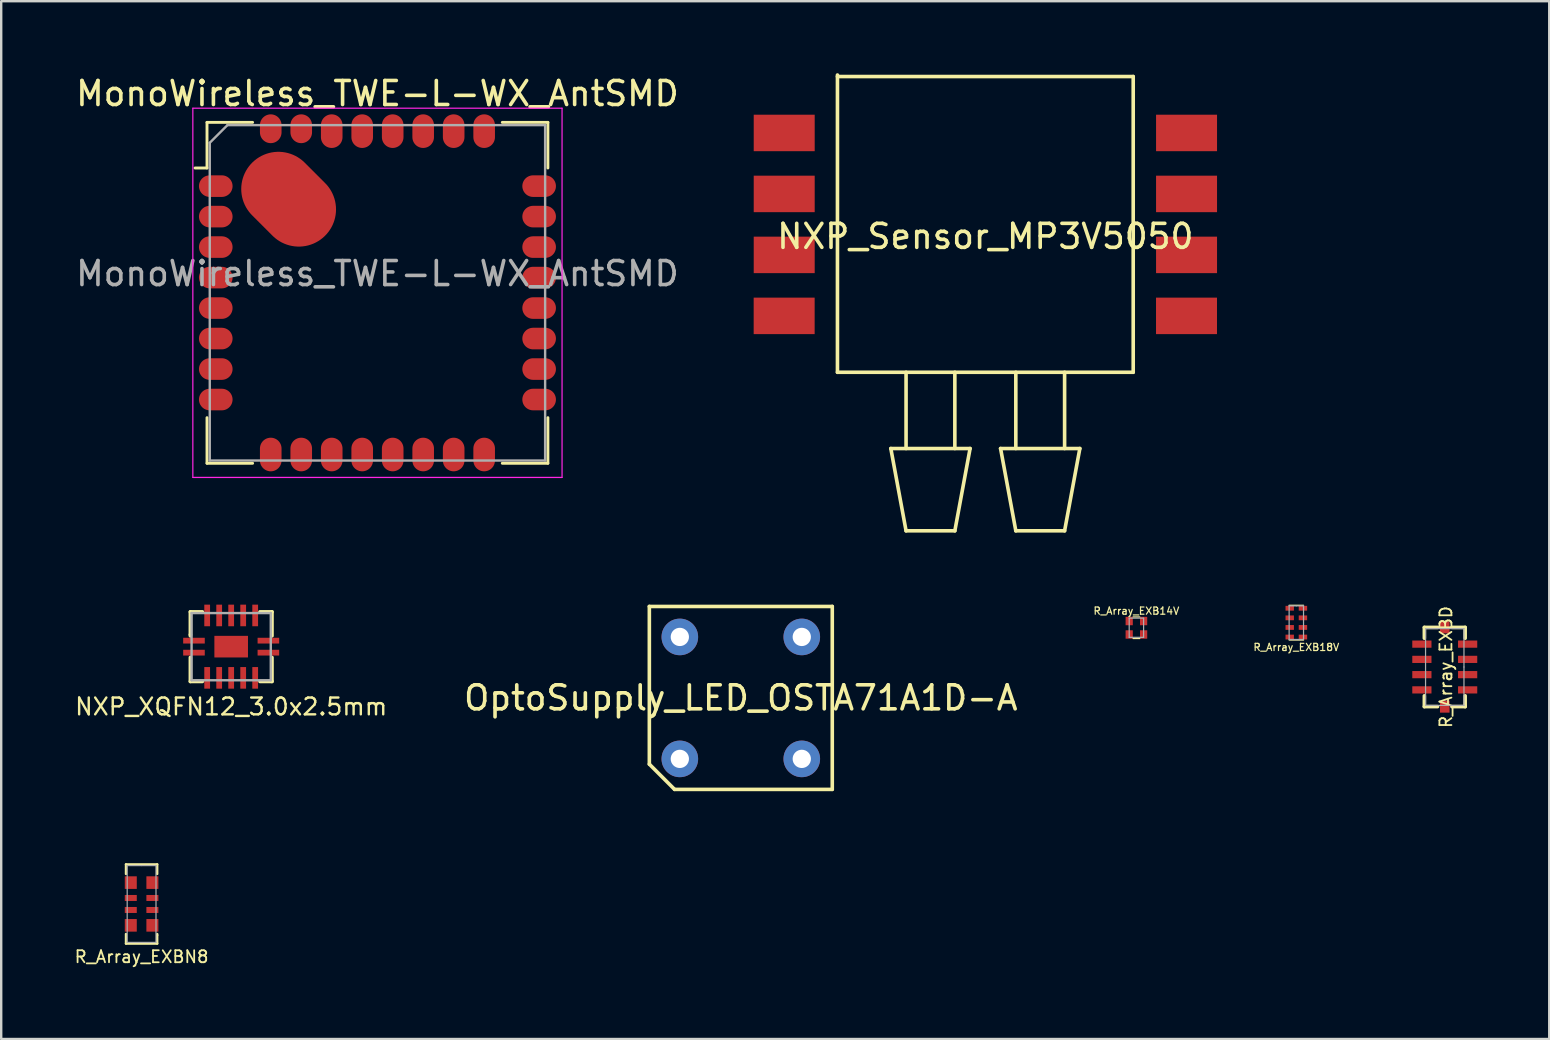
<source format=kicad_pcb>
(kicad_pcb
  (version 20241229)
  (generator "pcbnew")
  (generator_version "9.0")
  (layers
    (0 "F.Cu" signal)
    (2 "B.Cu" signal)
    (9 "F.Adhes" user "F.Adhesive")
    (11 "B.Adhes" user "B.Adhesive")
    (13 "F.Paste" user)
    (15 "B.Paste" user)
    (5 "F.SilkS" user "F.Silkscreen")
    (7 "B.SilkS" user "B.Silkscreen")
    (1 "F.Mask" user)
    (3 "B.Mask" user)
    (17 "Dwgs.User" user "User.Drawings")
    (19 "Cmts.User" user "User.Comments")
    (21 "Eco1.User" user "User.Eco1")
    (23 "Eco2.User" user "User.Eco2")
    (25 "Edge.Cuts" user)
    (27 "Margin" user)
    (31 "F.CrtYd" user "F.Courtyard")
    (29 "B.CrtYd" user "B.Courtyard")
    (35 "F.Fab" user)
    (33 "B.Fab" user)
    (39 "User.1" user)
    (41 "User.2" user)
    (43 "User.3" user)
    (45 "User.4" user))
  (footprint "R_Array_EXBD"
    (layer "F.Cu")
    (at 57.133 24.735)
    (property "Reference" "R_Array_EXBD" (at 0.05 0 90) (layer "F.SilkS") (effects (font (size 0.5 0.5) (thickness 0.075))))
    (attr smd)
    (fp_line (start -0.85 -1.65) (end -0.85 -1.2) (stroke (width 0.15) (type solid)) (layer "F.SilkS"))
    (fp_line (start -0.85 1.2) (end -0.85 1.65) (stroke (width 0.15) (type solid)) (layer "F.SilkS"))
    (fp_line (start -0.85 1.65) (end -0.3 1.65) (stroke (width 0.15) (type solid)) (layer "F.SilkS"))
    (fp_line (start -0.3 -1.65) (end -0.85 -1.65) (stroke (width 0.15) (type solid)) (layer "F.SilkS"))
    (fp_line (start 0.3 -1.65) (end 0.85 -1.65) (stroke (width 0.15) (type solid)) (layer "F.SilkS"))
    (fp_line (start 0.3 1.65) (end 0.85 1.65) (stroke (width 0.15) (type solid)) (layer "F.SilkS"))
    (fp_line (start 0.85 -1.65) (end 0.85 -1.2) (stroke (width 0.15) (type solid)) (layer "F.SilkS"))
    (fp_line (start 0.85 1.65) (end 0.85 1.2) (stroke (width 0.15) (type solid)) (layer "F.SilkS"))
    (fp_line (start -0.8 -1.6) (end -0.8 1.6) (stroke (width 0.05) (type solid)) (layer "F.Fab"))
    (fp_line (start -0.8 1.6) (end 0.8 1.6) (stroke (width 0.05) (type solid)) (layer "F.Fab"))
    (fp_line (start 0.8 -1.6) (end -0.8 -1.6) (stroke (width 0.05) (type solid)) (layer "F.Fab"))
    (fp_line (start 0.8 0) (end 0.8 -1.6) (stroke (width 0.05) (type solid)) (layer "F.Fab"))
    (fp_line (start 0.8 1.6) (end 0.8 0) (stroke (width 0.05) (type solid)) (layer "F.Fab"))
    (pad "1" smd rect (at 0 -1.651) (size 0.4 0.5) (layers "F.Cu" "F.Mask" "F.Paste"))
    (pad "1" smd rect (at 0 1.651) (size 0.4 0.5) (layers "F.Cu" "F.Mask" "F.Paste"))
    (pad "2" smd rect (at -0.953 -0.953) (size 0.8 0.3) (layers "F.Cu" "F.Mask" "F.Paste"))
    (pad "3" smd rect (at -0.953 -0.318) (size 0.8 0.3) (layers "F.Cu" "F.Mask" "F.Paste"))
    (pad "4" smd rect (at -0.953 0.318) (size 0.8 0.3) (layers "F.Cu" "F.Mask" "F.Paste"))
    (pad "5" smd rect (at -0.953 0.953) (size 0.8 0.3) (layers "F.Cu" "F.Mask" "F.Paste"))
    (pad "6" smd rect (at 0.953 0.953) (size 0.8 0.3) (layers "F.Cu" "F.Mask" "F.Paste"))
    (pad "7" smd rect (at 0.953 0.318) (size 0.8 0.3) (layers "F.Cu" "F.Mask" "F.Paste"))
    (pad "8" smd rect (at 0.953 -0.318) (size 0.8 0.3) (layers "F.Cu" "F.Mask" "F.Paste"))
    (pad "9" smd rect (at 0.953 -0.953) (size 0.8 0.3) (layers "F.Cu" "F.Mask" "F.Paste")))
  (footprint "R_Array_EXBN8"
    (layer "F.Cu")
    (at 2.848 34.606)
    (property "Reference" "R_Array_EXBN8" (at 0 2.2 0) (layer "F.SilkS") (effects (font (size 0.5 0.5) (thickness 0.075))))
    (attr through_hole)
    (fp_line (start -0.65 -1.65) (end -0.65 -1.25) (stroke (width 0.1) (type solid)) (layer "F.SilkS"))
    (fp_line (start -0.65 1.65) (end -0.65 1.25) (stroke (width 0.1) (type solid)) (layer "F.SilkS"))
    (fp_line (start -0.65 1.65) (end 0.65 1.65) (stroke (width 0.1) (type solid)) (layer "F.SilkS"))
    (fp_line (start 0.65 -1.65) (end -0.65 -1.65) (stroke (width 0.1) (type solid)) (layer "F.SilkS"))
    (fp_line (start 0.65 -1.65) (end 0.65 -1.25) (stroke (width 0.1) (type solid)) (layer "F.SilkS"))
    (fp_line (start 0.65 1.3) (end 0.65 1.25) (stroke (width 0.1) (type solid)) (layer "F.SilkS"))
    (fp_line (start 0.65 1.65) (end 0.65 1.3) (stroke (width 0.1) (type solid)) (layer "F.SilkS"))
    (fp_line (start -0.6 -1.6) (end -0.6 1.6) (stroke (width 0.05) (type solid)) (layer "F.Fab"))
    (fp_line (start -0.6 1.6) (end 0.6 1.6) (stroke (width 0.05) (type solid)) (layer "F.Fab"))
    (fp_line (start 0 -1.6) (end -0.6 -1.6) (stroke (width 0.05) (type solid)) (layer "F.Fab"))
    (fp_line (start 0.6 -1.6) (end 0 -1.6) (stroke (width 0.05) (type solid)) (layer "F.Fab"))
    (fp_line (start 0.6 1.6) (end 0.6 -1.6) (stroke (width 0.05) (type solid)) (layer "F.Fab"))
    (pad "1" smd rect (at -0.45 -0.89) (size 0.5 0.525) (layers "F.Cu" "F.Mask" "F.Paste"))
    (pad "2" smd rect (at -0.45 -0.25) (size 0.5 0.25) (layers "F.Cu" "F.Mask" "F.Paste"))
    (pad "3" smd rect (at -0.45 0.25) (size 0.5 0.25) (layers "F.Cu" "F.Mask" "F.Paste"))
    (pad "4" smd rect (at -0.45 0.89) (size 0.5 0.525) (layers "F.Cu" "F.Mask" "F.Paste"))
    (pad "5" smd rect (at 0.45 0.89) (size 0.5 0.525) (layers "F.Cu" "F.Mask" "F.Paste"))
    (pad "6" smd rect (at 0.45 0.25) (size 0.5 0.25) (layers "F.Cu" "F.Mask" "F.Paste"))
    (pad "7" smd rect (at 0.45 -0.25) (size 0.5 0.25) (layers "F.Cu" "F.Mask" "F.Paste"))
    (pad "8" smd rect (at 0.45 -0.89) (size 0.5 0.525) (layers "F.Cu" "F.Mask" "F.Paste")))
  (footprint "R_Array_EXB18V"
    (layer "F.Cu")
    (at 50.95 22.887)
    (property "Reference" "R_Array_EXB18V" (at 0 1.025 0) (layer "F.SilkS") (effects (font (size 0.3 0.3) (thickness 0.05))))
    (attr smd)
    (fp_line (start -0.3 -0.725) (end 0.3 -0.725) (stroke (width 0.05) (type solid)) (layer "F.SilkS"))
    (fp_line (start -0.3 0.725) (end 0.3 0.725) (stroke (width 0.05) (type solid)) (layer "F.SilkS"))
    (fp_line (start -0.3 -0.7) (end -0.3 0.7) (stroke (width 0.05) (type solid)) (layer "F.Fab"))
    (fp_line (start -0.3 0.7) (end 0.3 0.7) (stroke (width 0.05) (type solid)) (layer "F.Fab"))
    (fp_line (start 0 -0.7) (end -0.3 -0.7) (stroke (width 0.05) (type solid)) (layer "F.Fab"))
    (fp_line (start 0.3 -0.7) (end 0 -0.7) (stroke (width 0.05) (type solid)) (layer "F.Fab"))
    (fp_line (start 0.3 0.7) (end 0.3 -0.7) (stroke (width 0.05) (type solid)) (layer "F.Fab"))
    (pad "1" smd rect (at -0.275 -0.6) (size 0.35 0.2) (layers "F.Cu" "F.Mask" "F.Paste"))
    (pad "2" smd rect (at -0.275 -0.2) (size 0.35 0.2) (layers "F.Cu" "F.Mask" "F.Paste"))
    (pad "3" smd rect (at -0.275 0.2) (size 0.35 0.2) (layers "F.Cu" "F.Mask" "F.Paste"))
    (pad "4" smd rect (at -0.275 0.6) (size 0.35 0.2) (layers "F.Cu" "F.Mask" "F.Paste"))
    (pad "5" smd rect (at 0.275 0.6) (size 0.35 0.2) (layers "F.Cu" "F.Mask" "F.Paste"))
    (pad "6" smd rect (at 0.275 0.2) (size 0.35 0.2) (layers "F.Cu" "F.Mask" "F.Paste"))
    (pad "7" smd rect (at 0.275 -0.2) (size 0.35 0.2) (layers "F.Cu" "F.Mask" "F.Paste"))
    (pad "8" smd rect (at 0.275 -0.6) (size 0.35 0.2) (layers "F.Cu" "F.Mask" "F.Paste")))
  (footprint "MonoWireless_TWE-L-WX_AntSMD"
    (layer "F.Cu")
    (at 12.673 9.148)
    (property "Reference" "MonoWireless_TWE-L-WX_AntSMD" (at 0 -8.3 0) (layer "F.SilkS") (effects (font (size 1 1) (thickness 0.15))))
    (attr smd)
    (fp_line (start -7.1 -7.1) (end -7.1 -5.2) (stroke (width 0.12) (type solid)) (layer "F.SilkS"))
    (fp_line (start -7.1 -5.2) (end -7.6 -5.2) (stroke (width 0.12) (type solid)) (layer "F.SilkS"))
    (fp_line (start -7.1 5.2) (end -7.1 7.1) (stroke (width 0.12) (type solid)) (layer "F.SilkS"))
    (fp_line (start -7.1 7.1) (end -5.2 7.1) (stroke (width 0.12) (type solid)) (layer "F.SilkS"))
    (fp_line (start -5.2 -7.1) (end -7.1 -7.1) (stroke (width 0.12) (type solid)) (layer "F.SilkS"))
    (fp_line (start 5.2 -7.1) (end 7.1 -7.1) (stroke (width 0.12) (type solid)) (layer "F.SilkS"))
    (fp_line (start 5.2 7.1) (end 7.1 7.1) (stroke (width 0.12) (type solid)) (layer "F.SilkS"))
    (fp_line (start 7.1 -7.1) (end 7.1 -5.2) (stroke (width 0.12) (type solid)) (layer "F.SilkS"))
    (fp_line (start 7.1 7.1) (end 7.1 5.2) (stroke (width 0.12) (type solid)) (layer "F.SilkS"))
    (fp_line (start -7.69 -7.69) (end -7.69 7.69) (stroke (width 0.05) (type solid)) (layer "F.CrtYd"))
    (fp_line (start -7.69 7.69) (end 7.69 7.69) (stroke (width 0.05) (type solid)) (layer "F.CrtYd"))
    (fp_line (start 7.69 -7.69) (end -7.69 -7.69) (stroke (width 0.05) (type solid)) (layer "F.CrtYd"))
    (fp_line (start 7.69 7.69) (end 7.69 -7.69) (stroke (width 0.05) (type solid)) (layer "F.CrtYd"))
    (fp_line (start -6.985 -6.25) (end -6.985 6.985) (stroke (width 0.1) (type solid)) (layer "F.Fab"))
    (fp_line (start -6.985 6.985) (end 6.985 6.985) (stroke (width 0.1) (type solid)) (layer "F.Fab"))
    (fp_line (start -6.25 -6.985) (end -6.985 -6.25) (stroke (width 0.1) (type solid)) (layer "F.Fab"))
    (fp_line (start 6.985 -6.985) (end -6.25 -6.985) (stroke (width 0.1) (type solid)) (layer "F.Fab"))
    (fp_line (start 6.985 6.985) (end 6.985 -6.985) (stroke (width 0.1) (type solid)) (layer "F.Fab"))
    (fp_text user "${REFERENCE}" (at 0 -0.8 0) (layer "F.Fab") (effects (font (size 1 1) (thickness 0.15))))
    (pad "" smd oval (at -3.7 -3.9 315) (size 4.3 3.1) (layers "F.Cu" "F.Mask" "F.Paste"))
    (pad "1" smd oval (at -6.735 -4.445 90) (size 0.9 1.4) (layers "F.Cu" "F.Mask" "F.Paste"))
    (pad "2" smd oval (at -6.735 -3.175 90) (size 0.9 1.4) (layers "F.Cu" "F.Mask" "F.Paste"))
    (pad "3" smd oval (at -6.735 -1.905 90) (size 0.9 1.4) (layers "F.Cu" "F.Mask" "F.Paste"))
    (pad "4" smd oval (at -6.735 -0.635 90) (size 0.9 1.4) (layers "F.Cu" "F.Mask" "F.Paste"))
    (pad "5" smd oval (at -6.735 0.635 90) (size 0.9 1.4) (layers "F.Cu" "F.Mask" "F.Paste"))
    (pad "6" smd oval (at -6.735 1.905 90) (size 0.9 1.4) (layers "F.Cu" "F.Mask" "F.Paste"))
    (pad "7" smd oval (at -6.735 3.175 90) (size 0.9 1.4) (layers "F.Cu" "F.Mask" "F.Paste"))
    (pad "8" smd oval (at -6.735 4.445 90) (size 0.9 1.4) (layers "F.Cu" "F.Mask" "F.Paste"))
    (pad "9" smd oval (at -4.445 6.735) (size 0.9 1.4) (layers "F.Cu" "F.Mask" "F.Paste"))
    (pad "10" smd oval (at -3.175 6.735) (size 0.9 1.4) (layers "F.Cu" "F.Mask" "F.Paste"))
    (pad "11" smd oval (at -1.905 6.735) (size 0.9 1.4) (layers "F.Cu" "F.Mask" "F.Paste"))
    (pad "12" smd oval (at -0.635 6.735) (size 0.9 1.4) (layers "F.Cu" "F.Mask" "F.Paste"))
    (pad "13" smd oval (at 0.635 6.735) (size 0.9 1.4) (layers "F.Cu" "F.Mask" "F.Paste"))
    (pad "14" smd oval (at 1.905 6.735) (size 0.9 1.4) (layers "F.Cu" "F.Mask" "F.Paste"))
    (pad "15" smd oval (at 3.175 6.735) (size 0.9 1.4) (layers "F.Cu" "F.Mask" "F.Paste"))
    (pad "16" smd oval (at 4.445 6.735) (size 0.9 1.4) (layers "F.Cu" "F.Mask" "F.Paste"))
    (pad "17" smd oval (at 6.735 4.445 90) (size 0.9 1.4) (layers "F.Cu" "F.Mask" "F.Paste"))
    (pad "18" smd oval (at 6.735 3.175 90) (size 0.9 1.4) (layers "F.Cu" "F.Mask" "F.Paste"))
    (pad "19" smd oval (at 6.735 1.905 90) (size 0.9 1.4) (layers "F.Cu" "F.Mask" "F.Paste"))
    (pad "20" smd oval (at 6.735 0.635 90) (size 0.9 1.4) (layers "F.Cu" "F.Mask" "F.Paste"))
    (pad "21" smd oval (at 6.735 -0.635 90) (size 0.9 1.4) (layers "F.Cu" "F.Mask" "F.Paste"))
    (pad "22" smd oval (at 6.735 -1.905 90) (size 0.9 1.4) (layers "F.Cu" "F.Mask" "F.Paste"))
    (pad "23" smd oval (at 6.735 -3.175 90) (size 0.9 1.4) (layers "F.Cu" "F.Mask" "F.Paste"))
    (pad "24" smd oval (at 6.735 -4.445 90) (size 0.9 1.4) (layers "F.Cu" "F.Mask" "F.Paste"))
    (pad "25" smd oval (at 4.445 -6.735) (size 0.9 1.4) (layers "F.Cu" "F.Mask" "F.Paste"))
    (pad "26" smd oval (at 3.175 -6.735) (size 0.9 1.4) (layers "F.Cu" "F.Mask" "F.Paste"))
    (pad "27" smd oval (at 1.905 -6.735) (size 0.9 1.4) (layers "F.Cu" "F.Mask" "F.Paste"))
    (pad "28" smd oval (at 0.635 -6.735) (size 0.9 1.4) (layers "F.Cu" "F.Mask" "F.Paste"))
    (pad "29" smd oval (at -0.635 -6.735) (size 0.9 1.4) (layers "F.Cu" "F.Mask" "F.Paste"))
    (pad "30" smd oval (at -1.905 -6.735) (size 0.9 1.4) (layers "F.Cu" "F.Mask" "F.Paste"))
    (pad "31" smd oval (at -3.175 -6.835) (size 0.9 1.2) (layers "F.Cu" "F.Mask" "F.Paste"))
    (pad "32" smd oval (at -4.445 -6.835) (size 0.9 1.2) (layers "F.Cu" "F.Mask" "F.Paste")))
  (footprint "OptoSupply_LED_OSTA71A1D-A"
    (layer "F.Cu")
    (at 25.269 23.482)
    (property "Reference" "OptoSupply_LED_OSTA71A1D-A" (at 2.54 2.54 0) (layer "F.SilkS") (effects (font (size 1 1) (thickness 0.15))))
    (attr through_hole)
    (fp_line (start -1.27 -1.27) (end 6.35 -1.27) (stroke (width 0.15) (type solid)) (layer "F.SilkS"))
    (fp_line (start -1.27 5.3) (end -1.27 -1.27) (stroke (width 0.15) (type solid)) (layer "F.SilkS"))
    (fp_line (start -0.22 6.35) (end -1.27 5.3) (stroke (width 0.15) (type solid)) (layer "F.SilkS"))
    (fp_line (start -0.22 6.35) (end 6.35 6.35) (stroke (width 0.15) (type solid)) (layer "F.SilkS"))
    (fp_line (start 6.35 -1.27) (end 6.35 6.35) (stroke (width 0.15) (type solid)) (layer "F.SilkS"))
    (pad "1" thru_hole circle (at 0 0) (size 1.524 1.524) (drill 0.762) (layers "*.Cu" "*.Mask"))
    (pad "2" thru_hole circle (at 5.08 0) (size 1.524 1.524) (drill 0.762) (layers "*.Cu" "*.Mask"))
    (pad "3" thru_hole circle (at 5.08 5.08) (size 1.524 1.524) (drill 0.762) (layers "*.Cu" "*.Mask"))
    (pad "4" thru_hole circle (at 0 5.08) (size 1.524 1.524) (drill 0.762) (layers "*.Cu" "*.Mask")))
  (footprint "R_Array_EXB14V"
    (layer "F.Cu")
    (at 44.288 23.1)
    (property "Reference" "R_Array_EXB14V" (at 0 -0.7 0) (layer "F.SilkS") (effects (font (size 0.3 0.3) (thickness 0.05))))
    (attr smd)
    (fp_line (start -0.14 0.45) (end 0.14 0.45) (stroke (width 0.05) (type solid)) (layer "F.SilkS"))
    (fp_line (start 0.14 -0.45) (end -0.14 -0.45) (stroke (width 0.05) (type solid)) (layer "F.SilkS"))
    (fp_line (start -0.3 -0.4) (end 0.3 -0.4) (stroke (width 0.05) (type solid)) (layer "F.Fab"))
    (fp_line (start -0.3 0.4) (end -0.3 -0.4) (stroke (width 0.05) (type solid)) (layer "F.Fab"))
    (fp_line (start 0.3 -0.4) (end 0.3 0.4) (stroke (width 0.05) (type solid)) (layer "F.Fab"))
    (fp_line (start 0.3 0.4) (end -0.3 0.4) (stroke (width 0.05) (type solid)) (layer "F.Fab"))
    (pad "1" smd rect (at -0.3 -0.28) (size 0.3 0.35) (layers "F.Cu" "F.Mask" "F.Paste"))
    (pad "2" smd rect (at -0.3 0.28) (size 0.3 0.35) (layers "F.Cu" "F.Mask" "F.Paste"))
    (pad "3" smd rect (at 0.3 0.28) (size 0.3 0.35) (layers "F.Cu" "F.Mask" "F.Paste"))
    (pad "4" smd rect (at 0.3 -0.28) (size 0.3 0.35) (layers "F.Cu" "F.Mask" "F.Paste")))
  (footprint "NXP_XQFN12_3.0x2.5mm"
    (layer "F.Cu")
    (at 6.58 23.887)
    (property "Reference" "NXP_XQFN12_3.0x2.5mm" (at 0 2.5 0) (layer "F.SilkS") (effects (font (size 0.7 0.7) (thickness 0.1))))
    (attr through_hole)
    (fp_line (start -1.7 -1.45) (end -1.7 -0.5) (stroke (width 0.15) (type solid)) (layer "F.SilkS"))
    (fp_line (start -1.7 -0.5) (end -1.7 -0.45) (stroke (width 0.15) (type solid)) (layer "F.SilkS"))
    (fp_line (start -1.7 0.45) (end -1.7 1.45) (stroke (width 0.15) (type solid)) (layer "F.SilkS"))
    (fp_line (start -1.7 1.45) (end -1.2 1.45) (stroke (width 0.15) (type solid)) (layer "F.SilkS"))
    (fp_line (start -1.2 -1.45) (end -1.7 -1.45) (stroke (width 0.15) (type solid)) (layer "F.SilkS"))
    (fp_line (start 1.2 1.45) (end 1.7 1.45) (stroke (width 0.15) (type solid)) (layer "F.SilkS"))
    (fp_line (start 1.7 -1.45) (end 1.2 -1.45) (stroke (width 0.15) (type solid)) (layer "F.SilkS"))
    (fp_line (start 1.7 -0.45) (end 1.7 -1.45) (stroke (width 0.15) (type solid)) (layer "F.SilkS"))
    (fp_line (start 1.7 1.45) (end 1.7 0.45) (stroke (width 0.15) (type solid)) (layer "F.SilkS"))
    (fp_line (start -1.65 -1.4) (end -1.65 1.4) (stroke (width 0.1) (type solid)) (layer "F.Fab"))
    (fp_line (start -1.65 1.4) (end 1.65 1.4) (stroke (width 0.1) (type solid)) (layer "F.Fab"))
    (fp_line (start 1.65 -1.4) (end -1.65 -1.4) (stroke (width 0.1) (type solid)) (layer "F.Fab"))
    (fp_line (start 1.65 1.4) (end 1.65 -1.4) (stroke (width 0.1) (type solid)) (layer "F.Fab"))
    (pad "1" smd rect (at -1.55 0.25) (size 0.9 0.24) (layers "F.Cu" "F.Mask" "F.Paste"))
    (pad "1" smd rect (at 0 0) (size 1.4 0.9) (layers "F.Cu" "F.Mask" "F.Paste"))
    (pad "2" smd rect (at -1 1.3) (size 0.24 0.9) (layers "F.Cu" "F.Mask" "F.Paste"))
    (pad "3" smd rect (at -0.5 1.3) (size 0.24 0.9) (layers "F.Cu" "F.Mask" "F.Paste"))
    (pad "4" smd rect (at 0 1.3) (size 0.24 0.9) (layers "F.Cu" "F.Mask" "F.Paste"))
    (pad "5" smd rect (at 0.5 1.3) (size 0.24 0.9) (layers "F.Cu" "F.Mask" "F.Paste"))
    (pad "6" smd rect (at 1 1.3) (size 0.24 0.9) (layers "F.Cu" "F.Mask" "F.Paste"))
    (pad "7" smd rect (at 1.55 0.25) (size 0.9 0.24) (layers "F.Cu" "F.Mask" "F.Paste"))
    (pad "8" smd rect (at 1.55 -0.25) (size 0.9 0.24) (layers "F.Cu" "F.Mask" "F.Paste"))
    (pad "9" smd rect (at 1 -1.3) (size 0.24 0.9) (layers "F.Cu" "F.Mask" "F.Paste"))
    (pad "10" smd rect (at 0.5 -1.3) (size 0.24 0.9) (layers "F.Cu" "F.Mask" "F.Paste"))
    (pad "11" smd rect (at 0 -1.3) (size 0.24 0.9) (layers "F.Cu" "F.Mask" "F.Paste"))
    (pad "12" smd rect (at -0.5 -1.3) (size 0.24 0.9) (layers "F.Cu" "F.Mask" "F.Paste"))
    (pad "13" smd rect (at -1 -1.3) (size 0.24 0.9) (layers "F.Cu" "F.Mask" "F.Paste"))
    (pad "14" smd rect (at -1.55 -0.25) (size 0.9 0.24) (layers "F.Cu" "F.Mask" "F.Paste")))
  (footprint "NXP_Sensor_MP3V5050"
    (layer "F.Cu")
    (at 37.995 6.298)
    (property "Reference" "NXP_Sensor_MP3V5050" (at 0 0.5 0) (layer "F.SilkS") (effects (font (size 1 1) (thickness 0.15))))
    (attr smd)
    (fp_line (start -6.16 -6.223) (end -6.16 6.16) (stroke (width 0.15) (type solid)) (layer "F.SilkS"))
    (fp_line (start -6.16 -6.16) (end 6.16 -6.16) (stroke (width 0.15) (type solid)) (layer "F.SilkS"))
    (fp_line (start -6.16 6.16) (end 6.16 6.16) (stroke (width 0.15) (type solid)) (layer "F.SilkS"))
    (fp_line (start -3.937 9.335) (end -3.302 12.764) (stroke (width 0.15) (type solid)) (layer "F.SilkS"))
    (fp_line (start -3.302 6.16) (end -3.302 9.335) (stroke (width 0.15) (type solid)) (layer "F.SilkS"))
    (fp_line (start -1.27 6.16) (end -1.27 9.335) (stroke (width 0.15) (type solid)) (layer "F.SilkS"))
    (fp_line (start -1.27 12.764) (end -3.302 12.764) (stroke (width 0.15) (type solid)) (layer "F.SilkS"))
    (fp_line (start -0.635 9.335) (end -3.937 9.335) (stroke (width 0.15) (type solid)) (layer "F.SilkS"))
    (fp_line (start -0.635 9.335) (end -1.27 12.764) (stroke (width 0.15) (type solid)) (layer "F.SilkS"))
    (fp_line (start 0.635 9.335) (end 1.27 12.764) (stroke (width 0.15) (type solid)) (layer "F.SilkS"))
    (fp_line (start 1.27 6.16) (end 1.27 9.335) (stroke (width 0.15) (type solid)) (layer "F.SilkS"))
    (fp_line (start 3.302 6.16) (end 3.302 9.335) (stroke (width 0.15) (type solid)) (layer "F.SilkS"))
    (fp_line (start 3.302 12.764) (end 1.27 12.764) (stroke (width 0.15) (type solid)) (layer "F.SilkS"))
    (fp_line (start 3.937 9.335) (end 0.635 9.335) (stroke (width 0.15) (type solid)) (layer "F.SilkS"))
    (fp_line (start 3.937 9.335) (end 3.302 12.764) (stroke (width 0.15) (type solid)) (layer "F.SilkS"))
    (fp_line (start 6.16 6.16) (end 6.16 -6.16) (stroke (width 0.15) (type solid)) (layer "F.SilkS"))
    (pad "1" smd rect (at 8.38 3.81) (size 2.54 1.52) (layers "F.Cu" "F.Mask" "F.Paste"))
    (pad "2" smd rect (at 8.382 1.27) (size 2.54 1.52) (layers "F.Cu" "F.Mask" "F.Paste"))
    (pad "3" smd rect (at 8.382 -1.27) (size 2.54 1.52) (layers "F.Cu" "F.Mask" "F.Paste"))
    (pad "4" smd rect (at 8.382 -3.81) (size 2.54 1.52) (layers "F.Cu" "F.Mask" "F.Paste"))
    (pad "5" smd rect (at -8.378 -3.81) (size 2.54 1.52) (layers "F.Cu" "F.Mask" "F.Paste"))
    (pad "6" smd rect (at -8.378 -1.27) (size 2.54 1.52) (layers "F.Cu" "F.Mask" "F.Paste"))
    (pad "7" smd rect (at -8.378 1.27) (size 2.54 1.52) (layers "F.Cu" "F.Mask" "F.Paste"))
    (pad "8" smd rect (at -8.38 3.81) (size 2.54 1.52) (layers "F.Cu" "F.Mask" "F.Paste")))
  (gr_rect
    (start -3 -3)
    (end 61.485 40.231)
    (stroke (width 0.1) (type default))
    (fill no)
    (layer "Edge.Cuts")))
</source>
